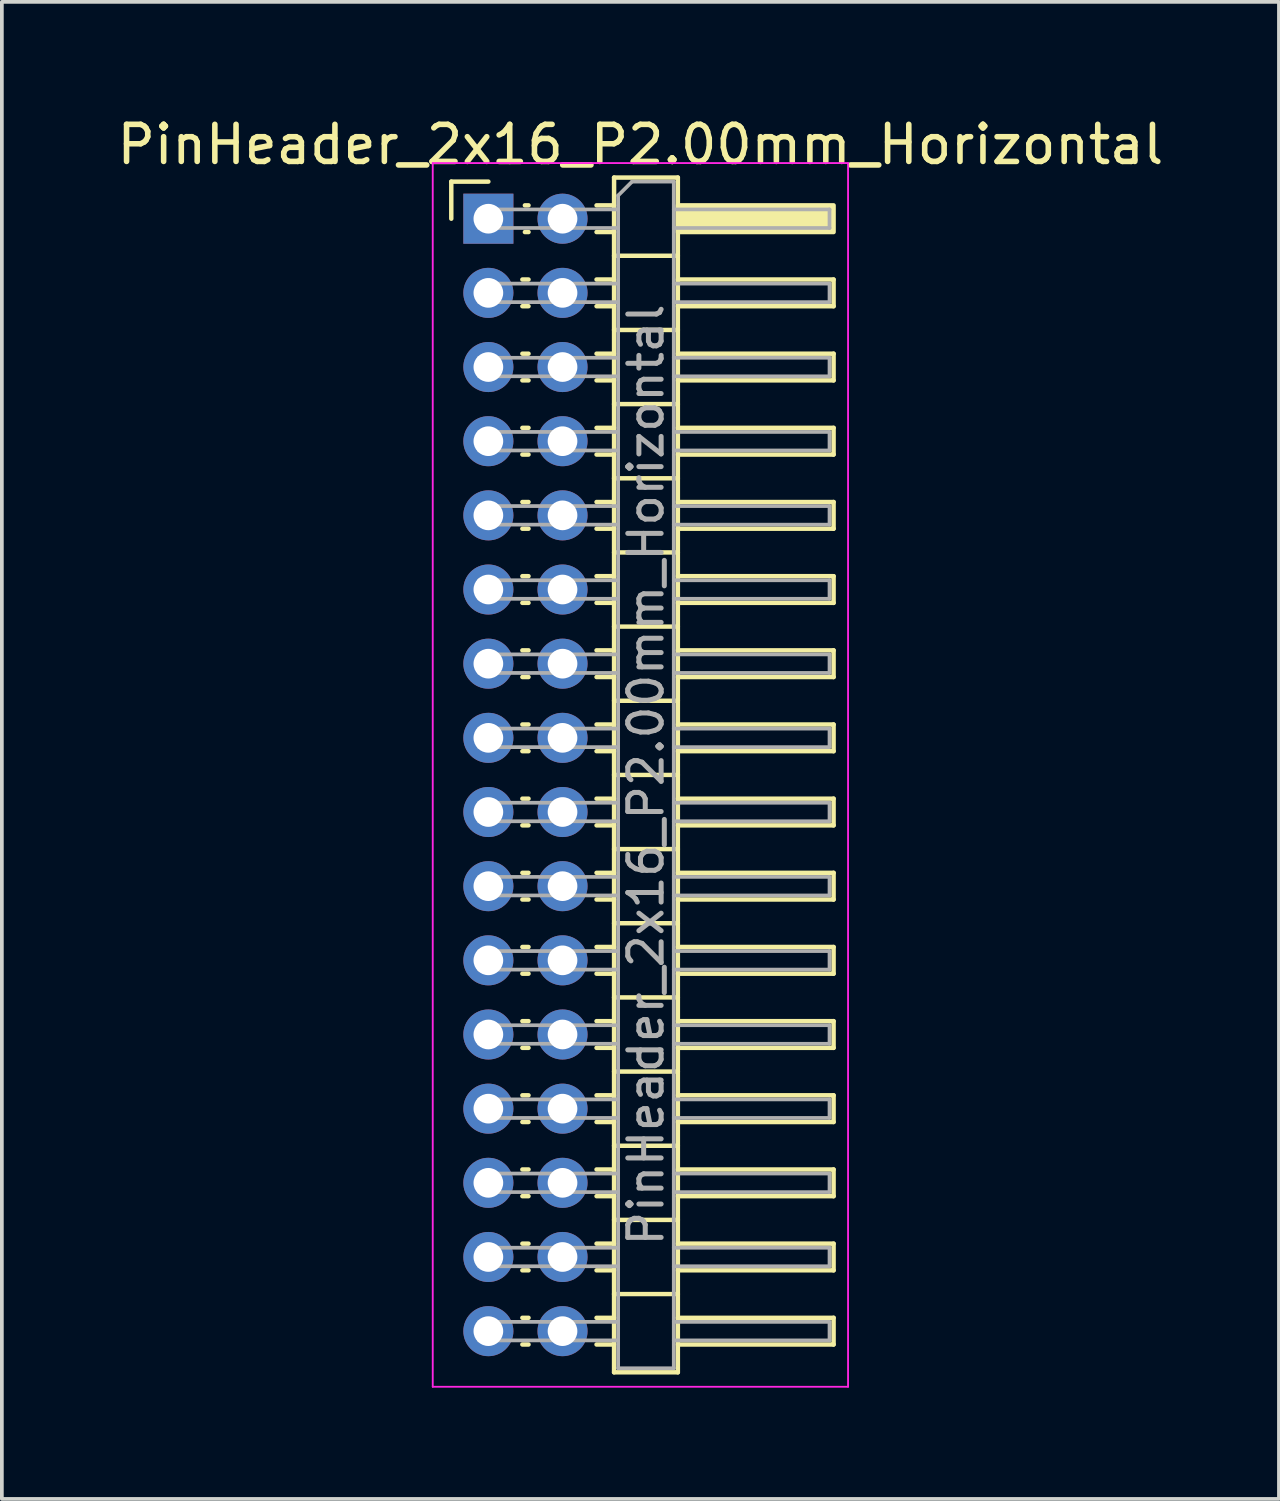
<source format=kicad_pcb>
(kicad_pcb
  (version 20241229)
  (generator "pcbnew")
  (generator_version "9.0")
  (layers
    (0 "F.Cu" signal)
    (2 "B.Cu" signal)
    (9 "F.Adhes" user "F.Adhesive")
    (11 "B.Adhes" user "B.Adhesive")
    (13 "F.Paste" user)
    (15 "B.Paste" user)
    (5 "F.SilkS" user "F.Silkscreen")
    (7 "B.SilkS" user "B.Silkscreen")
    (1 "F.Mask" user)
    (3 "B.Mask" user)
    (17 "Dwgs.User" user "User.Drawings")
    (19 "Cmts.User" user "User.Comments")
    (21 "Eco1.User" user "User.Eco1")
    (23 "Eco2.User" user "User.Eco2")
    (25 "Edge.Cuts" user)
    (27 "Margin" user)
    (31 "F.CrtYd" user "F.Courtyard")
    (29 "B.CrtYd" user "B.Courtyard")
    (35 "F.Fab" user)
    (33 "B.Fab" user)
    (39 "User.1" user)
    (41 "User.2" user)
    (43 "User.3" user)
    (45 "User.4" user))
  (footprint "PinHeader_2x16_P2.00mm_Horizontal"
    (layer "F.Cu")
    (at 10.12 2.848)
    (property "Reference" "PinHeader_2x16_P2.00mm_Horizontal" (at 4.1 -2 0) (layer "F.SilkS") (effects (font (size 1 1) (thickness 0.15))))
    (attr through_hole)
    (fp_line (start -1 -1) (end 0 -1) (stroke (width 0.12) (type solid)) (layer "F.SilkS"))
    (fp_line (start -1 0) (end -1 -1) (stroke (width 0.12) (type solid)) (layer "F.SilkS"))
    (fp_line (start 0.917 1.64) (end 1.083 1.64) (stroke (width 0.12) (type solid)) (layer "F.SilkS"))
    (fp_line (start 0.917 2.36) (end 1.083 2.36) (stroke (width 0.12) (type solid)) (layer "F.SilkS"))
    (fp_line (start 0.917 3.64) (end 1.083 3.64) (stroke (width 0.12) (type solid)) (layer "F.SilkS"))
    (fp_line (start 0.917 4.36) (end 1.083 4.36) (stroke (width 0.12) (type solid)) (layer "F.SilkS"))
    (fp_line (start 0.917 5.64) (end 1.083 5.64) (stroke (width 0.12) (type solid)) (layer "F.SilkS"))
    (fp_line (start 0.917 6.36) (end 1.083 6.36) (stroke (width 0.12) (type solid)) (layer "F.SilkS"))
    (fp_line (start 0.917 7.64) (end 1.083 7.64) (stroke (width 0.12) (type solid)) (layer "F.SilkS"))
    (fp_line (start 0.917 8.36) (end 1.083 8.36) (stroke (width 0.12) (type solid)) (layer "F.SilkS"))
    (fp_line (start 0.917 9.64) (end 1.083 9.64) (stroke (width 0.12) (type solid)) (layer "F.SilkS"))
    (fp_line (start 0.917 10.36) (end 1.083 10.36) (stroke (width 0.12) (type solid)) (layer "F.SilkS"))
    (fp_line (start 0.917 11.64) (end 1.083 11.64) (stroke (width 0.12) (type solid)) (layer "F.SilkS"))
    (fp_line (start 0.917 12.36) (end 1.083 12.36) (stroke (width 0.12) (type solid)) (layer "F.SilkS"))
    (fp_line (start 0.917 13.64) (end 1.083 13.64) (stroke (width 0.12) (type solid)) (layer "F.SilkS"))
    (fp_line (start 0.917 14.36) (end 1.083 14.36) (stroke (width 0.12) (type solid)) (layer "F.SilkS"))
    (fp_line (start 0.917 15.64) (end 1.083 15.64) (stroke (width 0.12) (type solid)) (layer "F.SilkS"))
    (fp_line (start 0.917 16.36) (end 1.083 16.36) (stroke (width 0.12) (type solid)) (layer "F.SilkS"))
    (fp_line (start 0.917 17.64) (end 1.083 17.64) (stroke (width 0.12) (type solid)) (layer "F.SilkS"))
    (fp_line (start 0.917 18.36) (end 1.083 18.36) (stroke (width 0.12) (type solid)) (layer "F.SilkS"))
    (fp_line (start 0.917 19.64) (end 1.083 19.64) (stroke (width 0.12) (type solid)) (layer "F.SilkS"))
    (fp_line (start 0.917 20.36) (end 1.083 20.36) (stroke (width 0.12) (type solid)) (layer "F.SilkS"))
    (fp_line (start 0.917 21.64) (end 1.083 21.64) (stroke (width 0.12) (type solid)) (layer "F.SilkS"))
    (fp_line (start 0.917 22.36) (end 1.083 22.36) (stroke (width 0.12) (type solid)) (layer "F.SilkS"))
    (fp_line (start 0.917 23.64) (end 1.083 23.64) (stroke (width 0.12) (type solid)) (layer "F.SilkS"))
    (fp_line (start 0.917 24.36) (end 1.083 24.36) (stroke (width 0.12) (type solid)) (layer "F.SilkS"))
    (fp_line (start 0.917 25.64) (end 1.083 25.64) (stroke (width 0.12) (type solid)) (layer "F.SilkS"))
    (fp_line (start 0.917 26.36) (end 1.083 26.36) (stroke (width 0.12) (type solid)) (layer "F.SilkS"))
    (fp_line (start 0.917 27.64) (end 1.083 27.64) (stroke (width 0.12) (type solid)) (layer "F.SilkS"))
    (fp_line (start 0.917 28.36) (end 1.083 28.36) (stroke (width 0.12) (type solid)) (layer "F.SilkS"))
    (fp_line (start 0.917 29.64) (end 1.083 29.64) (stroke (width 0.12) (type solid)) (layer "F.SilkS"))
    (fp_line (start 0.917 30.36) (end 1.083 30.36) (stroke (width 0.12) (type solid)) (layer "F.SilkS"))
    (fp_line (start 0.985 -0.36) (end 1.083 -0.36) (stroke (width 0.12) (type solid)) (layer "F.SilkS"))
    (fp_line (start 0.985 0.36) (end 1.083 0.36) (stroke (width 0.12) (type solid)) (layer "F.SilkS"))
    (fp_line (start 2.917 -0.36) (end 3.39 -0.36) (stroke (width 0.12) (type solid)) (layer "F.SilkS"))
    (fp_line (start 2.917 0.36) (end 3.39 0.36) (stroke (width 0.12) (type solid)) (layer "F.SilkS"))
    (fp_line (start 2.917 1.64) (end 3.39 1.64) (stroke (width 0.12) (type solid)) (layer "F.SilkS"))
    (fp_line (start 2.917 2.36) (end 3.39 2.36) (stroke (width 0.12) (type solid)) (layer "F.SilkS"))
    (fp_line (start 2.917 3.64) (end 3.39 3.64) (stroke (width 0.12) (type solid)) (layer "F.SilkS"))
    (fp_line (start 2.917 4.36) (end 3.39 4.36) (stroke (width 0.12) (type solid)) (layer "F.SilkS"))
    (fp_line (start 2.917 5.64) (end 3.39 5.64) (stroke (width 0.12) (type solid)) (layer "F.SilkS"))
    (fp_line (start 2.917 6.36) (end 3.39 6.36) (stroke (width 0.12) (type solid)) (layer "F.SilkS"))
    (fp_line (start 2.917 7.64) (end 3.39 7.64) (stroke (width 0.12) (type solid)) (layer "F.SilkS"))
    (fp_line (start 2.917 8.36) (end 3.39 8.36) (stroke (width 0.12) (type solid)) (layer "F.SilkS"))
    (fp_line (start 2.917 9.64) (end 3.39 9.64) (stroke (width 0.12) (type solid)) (layer "F.SilkS"))
    (fp_line (start 2.917 10.36) (end 3.39 10.36) (stroke (width 0.12) (type solid)) (layer "F.SilkS"))
    (fp_line (start 2.917 11.64) (end 3.39 11.64) (stroke (width 0.12) (type solid)) (layer "F.SilkS"))
    (fp_line (start 2.917 12.36) (end 3.39 12.36) (stroke (width 0.12) (type solid)) (layer "F.SilkS"))
    (fp_line (start 2.917 13.64) (end 3.39 13.64) (stroke (width 0.12) (type solid)) (layer "F.SilkS"))
    (fp_line (start 2.917 14.36) (end 3.39 14.36) (stroke (width 0.12) (type solid)) (layer "F.SilkS"))
    (fp_line (start 2.917 15.64) (end 3.39 15.64) (stroke (width 0.12) (type solid)) (layer "F.SilkS"))
    (fp_line (start 2.917 16.36) (end 3.39 16.36) (stroke (width 0.12) (type solid)) (layer "F.SilkS"))
    (fp_line (start 2.917 17.64) (end 3.39 17.64) (stroke (width 0.12) (type solid)) (layer "F.SilkS"))
    (fp_line (start 2.917 18.36) (end 3.39 18.36) (stroke (width 0.12) (type solid)) (layer "F.SilkS"))
    (fp_line (start 2.917 19.64) (end 3.39 19.64) (stroke (width 0.12) (type solid)) (layer "F.SilkS"))
    (fp_line (start 2.917 20.36) (end 3.39 20.36) (stroke (width 0.12) (type solid)) (layer "F.SilkS"))
    (fp_line (start 2.917 21.64) (end 3.39 21.64) (stroke (width 0.12) (type solid)) (layer "F.SilkS"))
    (fp_line (start 2.917 22.36) (end 3.39 22.36) (stroke (width 0.12) (type solid)) (layer "F.SilkS"))
    (fp_line (start 2.917 23.64) (end 3.39 23.64) (stroke (width 0.12) (type solid)) (layer "F.SilkS"))
    (fp_line (start 2.917 24.36) (end 3.39 24.36) (stroke (width 0.12) (type solid)) (layer "F.SilkS"))
    (fp_line (start 2.917 25.64) (end 3.39 25.64) (stroke (width 0.12) (type solid)) (layer "F.SilkS"))
    (fp_line (start 2.917 26.36) (end 3.39 26.36) (stroke (width 0.12) (type solid)) (layer "F.SilkS"))
    (fp_line (start 2.917 27.64) (end 3.39 27.64) (stroke (width 0.12) (type solid)) (layer "F.SilkS"))
    (fp_line (start 2.917 28.36) (end 3.39 28.36) (stroke (width 0.12) (type solid)) (layer "F.SilkS"))
    (fp_line (start 2.917 29.64) (end 3.39 29.64) (stroke (width 0.12) (type solid)) (layer "F.SilkS"))
    (fp_line (start 2.917 30.36) (end 3.39 30.36) (stroke (width 0.12) (type solid)) (layer "F.SilkS"))
    (fp_line (start 3.39 -1.11) (end 3.39 31.11) (stroke (width 0.12) (type solid)) (layer "F.SilkS"))
    (fp_line (start 3.39 1) (end 5.11 1) (stroke (width 0.12) (type solid)) (layer "F.SilkS"))
    (fp_line (start 3.39 3) (end 5.11 3) (stroke (width 0.12) (type solid)) (layer "F.SilkS"))
    (fp_line (start 3.39 5) (end 5.11 5) (stroke (width 0.12) (type solid)) (layer "F.SilkS"))
    (fp_line (start 3.39 7) (end 5.11 7) (stroke (width 0.12) (type solid)) (layer "F.SilkS"))
    (fp_line (start 3.39 9) (end 5.11 9) (stroke (width 0.12) (type solid)) (layer "F.SilkS"))
    (fp_line (start 3.39 11) (end 5.11 11) (stroke (width 0.12) (type solid)) (layer "F.SilkS"))
    (fp_line (start 3.39 13) (end 5.11 13) (stroke (width 0.12) (type solid)) (layer "F.SilkS"))
    (fp_line (start 3.39 15) (end 5.11 15) (stroke (width 0.12) (type solid)) (layer "F.SilkS"))
    (fp_line (start 3.39 17) (end 5.11 17) (stroke (width 0.12) (type solid)) (layer "F.SilkS"))
    (fp_line (start 3.39 19) (end 5.11 19) (stroke (width 0.12) (type solid)) (layer "F.SilkS"))
    (fp_line (start 3.39 21) (end 5.11 21) (stroke (width 0.12) (type solid)) (layer "F.SilkS"))
    (fp_line (start 3.39 23) (end 5.11 23) (stroke (width 0.12) (type solid)) (layer "F.SilkS"))
    (fp_line (start 3.39 25) (end 5.11 25) (stroke (width 0.12) (type solid)) (layer "F.SilkS"))
    (fp_line (start 3.39 27) (end 5.11 27) (stroke (width 0.12) (type solid)) (layer "F.SilkS"))
    (fp_line (start 3.39 29) (end 5.11 29) (stroke (width 0.12) (type solid)) (layer "F.SilkS"))
    (fp_line (start 3.39 31.11) (end 5.11 31.11) (stroke (width 0.12) (type solid)) (layer "F.SilkS"))
    (fp_line (start 5.11 -1.11) (end 3.39 -1.11) (stroke (width 0.12) (type solid)) (layer "F.SilkS"))
    (fp_line (start 5.11 1.64) (end 9.31 1.64) (stroke (width 0.12) (type solid)) (layer "F.SilkS"))
    (fp_line (start 5.11 3.64) (end 9.31 3.64) (stroke (width 0.12) (type solid)) (layer "F.SilkS"))
    (fp_line (start 5.11 5.64) (end 9.31 5.64) (stroke (width 0.12) (type solid)) (layer "F.SilkS"))
    (fp_line (start 5.11 7.64) (end 9.31 7.64) (stroke (width 0.12) (type solid)) (layer "F.SilkS"))
    (fp_line (start 5.11 9.64) (end 9.31 9.64) (stroke (width 0.12) (type solid)) (layer "F.SilkS"))
    (fp_line (start 5.11 11.64) (end 9.31 11.64) (stroke (width 0.12) (type solid)) (layer "F.SilkS"))
    (fp_line (start 5.11 13.64) (end 9.31 13.64) (stroke (width 0.12) (type solid)) (layer "F.SilkS"))
    (fp_line (start 5.11 15.64) (end 9.31 15.64) (stroke (width 0.12) (type solid)) (layer "F.SilkS"))
    (fp_line (start 5.11 17.64) (end 9.31 17.64) (stroke (width 0.12) (type solid)) (layer "F.SilkS"))
    (fp_line (start 5.11 19.64) (end 9.31 19.64) (stroke (width 0.12) (type solid)) (layer "F.SilkS"))
    (fp_line (start 5.11 21.64) (end 9.31 21.64) (stroke (width 0.12) (type solid)) (layer "F.SilkS"))
    (fp_line (start 5.11 23.64) (end 9.31 23.64) (stroke (width 0.12) (type solid)) (layer "F.SilkS"))
    (fp_line (start 5.11 25.64) (end 9.31 25.64) (stroke (width 0.12) (type solid)) (layer "F.SilkS"))
    (fp_line (start 5.11 27.64) (end 9.31 27.64) (stroke (width 0.12) (type solid)) (layer "F.SilkS"))
    (fp_line (start 5.11 29.64) (end 9.31 29.64) (stroke (width 0.12) (type solid)) (layer "F.SilkS"))
    (fp_line (start 5.11 31.11) (end 5.11 -1.11) (stroke (width 0.12) (type solid)) (layer "F.SilkS"))
    (fp_line (start 9.31 1.64) (end 9.31 2.36) (stroke (width 0.12) (type solid)) (layer "F.SilkS"))
    (fp_line (start 9.31 2.36) (end 5.11 2.36) (stroke (width 0.12) (type solid)) (layer "F.SilkS"))
    (fp_line (start 9.31 3.64) (end 9.31 4.36) (stroke (width 0.12) (type solid)) (layer "F.SilkS"))
    (fp_line (start 9.31 4.36) (end 5.11 4.36) (stroke (width 0.12) (type solid)) (layer "F.SilkS"))
    (fp_line (start 9.31 5.64) (end 9.31 6.36) (stroke (width 0.12) (type solid)) (layer "F.SilkS"))
    (fp_line (start 9.31 6.36) (end 5.11 6.36) (stroke (width 0.12) (type solid)) (layer "F.SilkS"))
    (fp_line (start 9.31 7.64) (end 9.31 8.36) (stroke (width 0.12) (type solid)) (layer "F.SilkS"))
    (fp_line (start 9.31 8.36) (end 5.11 8.36) (stroke (width 0.12) (type solid)) (layer "F.SilkS"))
    (fp_line (start 9.31 9.64) (end 9.31 10.36) (stroke (width 0.12) (type solid)) (layer "F.SilkS"))
    (fp_line (start 9.31 10.36) (end 5.11 10.36) (stroke (width 0.12) (type solid)) (layer "F.SilkS"))
    (fp_line (start 9.31 11.64) (end 9.31 12.36) (stroke (width 0.12) (type solid)) (layer "F.SilkS"))
    (fp_line (start 9.31 12.36) (end 5.11 12.36) (stroke (width 0.12) (type solid)) (layer "F.SilkS"))
    (fp_line (start 9.31 13.64) (end 9.31 14.36) (stroke (width 0.12) (type solid)) (layer "F.SilkS"))
    (fp_line (start 9.31 14.36) (end 5.11 14.36) (stroke (width 0.12) (type solid)) (layer "F.SilkS"))
    (fp_line (start 9.31 15.64) (end 9.31 16.36) (stroke (width 0.12) (type solid)) (layer "F.SilkS"))
    (fp_line (start 9.31 16.36) (end 5.11 16.36) (stroke (width 0.12) (type solid)) (layer "F.SilkS"))
    (fp_line (start 9.31 17.64) (end 9.31 18.36) (stroke (width 0.12) (type solid)) (layer "F.SilkS"))
    (fp_line (start 9.31 18.36) (end 5.11 18.36) (stroke (width 0.12) (type solid)) (layer "F.SilkS"))
    (fp_line (start 9.31 19.64) (end 9.31 20.36) (stroke (width 0.12) (type solid)) (layer "F.SilkS"))
    (fp_line (start 9.31 20.36) (end 5.11 20.36) (stroke (width 0.12) (type solid)) (layer "F.SilkS"))
    (fp_line (start 9.31 21.64) (end 9.31 22.36) (stroke (width 0.12) (type solid)) (layer "F.SilkS"))
    (fp_line (start 9.31 22.36) (end 5.11 22.36) (stroke (width 0.12) (type solid)) (layer "F.SilkS"))
    (fp_line (start 9.31 23.64) (end 9.31 24.36) (stroke (width 0.12) (type solid)) (layer "F.SilkS"))
    (fp_line (start 9.31 24.36) (end 5.11 24.36) (stroke (width 0.12) (type solid)) (layer "F.SilkS"))
    (fp_line (start 9.31 25.64) (end 9.31 26.36) (stroke (width 0.12) (type solid)) (layer "F.SilkS"))
    (fp_line (start 9.31 26.36) (end 5.11 26.36) (stroke (width 0.12) (type solid)) (layer "F.SilkS"))
    (fp_line (start 9.31 27.64) (end 9.31 28.36) (stroke (width 0.12) (type solid)) (layer "F.SilkS"))
    (fp_line (start 9.31 28.36) (end 5.11 28.36) (stroke (width 0.12) (type solid)) (layer "F.SilkS"))
    (fp_line (start 9.31 29.64) (end 9.31 30.36) (stroke (width 0.12) (type solid)) (layer "F.SilkS"))
    (fp_line (start 9.31 30.36) (end 5.11 30.36) (stroke (width 0.12) (type solid)) (layer "F.SilkS"))
    (fp_rect (start 5.11 -0.36) (end 9.31 0.36) (stroke (width 0.12) (type solid)) (fill yes) (layer "F.SilkS"))
    (fp_line (start -1.5 -1.5) (end -1.5 31.5) (stroke (width 0.05) (type solid)) (layer "F.CrtYd"))
    (fp_line (start -1.5 31.5) (end 9.7 31.5) (stroke (width 0.05) (type solid)) (layer "F.CrtYd"))
    (fp_line (start 9.7 -1.5) (end -1.5 -1.5) (stroke (width 0.05) (type solid)) (layer "F.CrtYd"))
    (fp_line (start 9.7 31.5) (end 9.7 -1.5) (stroke (width 0.05) (type solid)) (layer "F.CrtYd"))
    (fp_line (start -0.25 -0.25) (end -0.25 0.25) (stroke (width 0.1) (type solid)) (layer "F.Fab"))
    (fp_line (start -0.25 -0.25) (end 3.5 -0.25) (stroke (width 0.1) (type solid)) (layer "F.Fab"))
    (fp_line (start -0.25 0.25) (end 3.5 0.25) (stroke (width 0.1) (type solid)) (layer "F.Fab"))
    (fp_line (start -0.25 1.75) (end -0.25 2.25) (stroke (width 0.1) (type solid)) (layer "F.Fab"))
    (fp_line (start -0.25 1.75) (end 3.5 1.75) (stroke (width 0.1) (type solid)) (layer "F.Fab"))
    (fp_line (start -0.25 2.25) (end 3.5 2.25) (stroke (width 0.1) (type solid)) (layer "F.Fab"))
    (fp_line (start -0.25 3.75) (end -0.25 4.25) (stroke (width 0.1) (type solid)) (layer "F.Fab"))
    (fp_line (start -0.25 3.75) (end 3.5 3.75) (stroke (width 0.1) (type solid)) (layer "F.Fab"))
    (fp_line (start -0.25 4.25) (end 3.5 4.25) (stroke (width 0.1) (type solid)) (layer "F.Fab"))
    (fp_line (start -0.25 5.75) (end -0.25 6.25) (stroke (width 0.1) (type solid)) (layer "F.Fab"))
    (fp_line (start -0.25 5.75) (end 3.5 5.75) (stroke (width 0.1) (type solid)) (layer "F.Fab"))
    (fp_line (start -0.25 6.25) (end 3.5 6.25) (stroke (width 0.1) (type solid)) (layer "F.Fab"))
    (fp_line (start -0.25 7.75) (end -0.25 8.25) (stroke (width 0.1) (type solid)) (layer "F.Fab"))
    (fp_line (start -0.25 7.75) (end 3.5 7.75) (stroke (width 0.1) (type solid)) (layer "F.Fab"))
    (fp_line (start -0.25 8.25) (end 3.5 8.25) (stroke (width 0.1) (type solid)) (layer "F.Fab"))
    (fp_line (start -0.25 9.75) (end -0.25 10.25) (stroke (width 0.1) (type solid)) (layer "F.Fab"))
    (fp_line (start -0.25 9.75) (end 3.5 9.75) (stroke (width 0.1) (type solid)) (layer "F.Fab"))
    (fp_line (start -0.25 10.25) (end 3.5 10.25) (stroke (width 0.1) (type solid)) (layer "F.Fab"))
    (fp_line (start -0.25 11.75) (end -0.25 12.25) (stroke (width 0.1) (type solid)) (layer "F.Fab"))
    (fp_line (start -0.25 11.75) (end 3.5 11.75) (stroke (width 0.1) (type solid)) (layer "F.Fab"))
    (fp_line (start -0.25 12.25) (end 3.5 12.25) (stroke (width 0.1) (type solid)) (layer "F.Fab"))
    (fp_line (start -0.25 13.75) (end -0.25 14.25) (stroke (width 0.1) (type solid)) (layer "F.Fab"))
    (fp_line (start -0.25 13.75) (end 3.5 13.75) (stroke (width 0.1) (type solid)) (layer "F.Fab"))
    (fp_line (start -0.25 14.25) (end 3.5 14.25) (stroke (width 0.1) (type solid)) (layer "F.Fab"))
    (fp_line (start -0.25 15.75) (end -0.25 16.25) (stroke (width 0.1) (type solid)) (layer "F.Fab"))
    (fp_line (start -0.25 15.75) (end 3.5 15.75) (stroke (width 0.1) (type solid)) (layer "F.Fab"))
    (fp_line (start -0.25 16.25) (end 3.5 16.25) (stroke (width 0.1) (type solid)) (layer "F.Fab"))
    (fp_line (start -0.25 17.75) (end -0.25 18.25) (stroke (width 0.1) (type solid)) (layer "F.Fab"))
    (fp_line (start -0.25 17.75) (end 3.5 17.75) (stroke (width 0.1) (type solid)) (layer "F.Fab"))
    (fp_line (start -0.25 18.25) (end 3.5 18.25) (stroke (width 0.1) (type solid)) (layer "F.Fab"))
    (fp_line (start -0.25 19.75) (end -0.25 20.25) (stroke (width 0.1) (type solid)) (layer "F.Fab"))
    (fp_line (start -0.25 19.75) (end 3.5 19.75) (stroke (width 0.1) (type solid)) (layer "F.Fab"))
    (fp_line (start -0.25 20.25) (end 3.5 20.25) (stroke (width 0.1) (type solid)) (layer "F.Fab"))
    (fp_line (start -0.25 21.75) (end -0.25 22.25) (stroke (width 0.1) (type solid)) (layer "F.Fab"))
    (fp_line (start -0.25 21.75) (end 3.5 21.75) (stroke (width 0.1) (type solid)) (layer "F.Fab"))
    (fp_line (start -0.25 22.25) (end 3.5 22.25) (stroke (width 0.1) (type solid)) (layer "F.Fab"))
    (fp_line (start -0.25 23.75) (end -0.25 24.25) (stroke (width 0.1) (type solid)) (layer "F.Fab"))
    (fp_line (start -0.25 23.75) (end 3.5 23.75) (stroke (width 0.1) (type solid)) (layer "F.Fab"))
    (fp_line (start -0.25 24.25) (end 3.5 24.25) (stroke (width 0.1) (type solid)) (layer "F.Fab"))
    (fp_line (start -0.25 25.75) (end -0.25 26.25) (stroke (width 0.1) (type solid)) (layer "F.Fab"))
    (fp_line (start -0.25 25.75) (end 3.5 25.75) (stroke (width 0.1) (type solid)) (layer "F.Fab"))
    (fp_line (start -0.25 26.25) (end 3.5 26.25) (stroke (width 0.1) (type solid)) (layer "F.Fab"))
    (fp_line (start -0.25 27.75) (end -0.25 28.25) (stroke (width 0.1) (type solid)) (layer "F.Fab"))
    (fp_line (start -0.25 27.75) (end 3.5 27.75) (stroke (width 0.1) (type solid)) (layer "F.Fab"))
    (fp_line (start -0.25 28.25) (end 3.5 28.25) (stroke (width 0.1) (type solid)) (layer "F.Fab"))
    (fp_line (start -0.25 29.75) (end -0.25 30.25) (stroke (width 0.1) (type solid)) (layer "F.Fab"))
    (fp_line (start -0.25 29.75) (end 3.5 29.75) (stroke (width 0.1) (type solid)) (layer "F.Fab"))
    (fp_line (start -0.25 30.25) (end 3.5 30.25) (stroke (width 0.1) (type solid)) (layer "F.Fab"))
    (fp_line (start 3.5 -0.625) (end 3.875 -1) (stroke (width 0.1) (type solid)) (layer "F.Fab"))
    (fp_line (start 3.5 31) (end 3.5 -0.625) (stroke (width 0.1) (type solid)) (layer "F.Fab"))
    (fp_line (start 3.875 -1) (end 5 -1) (stroke (width 0.1) (type solid)) (layer "F.Fab"))
    (fp_line (start 5 -1) (end 5 31) (stroke (width 0.1) (type solid)) (layer "F.Fab"))
    (fp_line (start 5 -0.25) (end 9.2 -0.25) (stroke (width 0.1) (type solid)) (layer "F.Fab"))
    (fp_line (start 5 0.25) (end 9.2 0.25) (stroke (width 0.1) (type solid)) (layer "F.Fab"))
    (fp_line (start 5 1.75) (end 9.2 1.75) (stroke (width 0.1) (type solid)) (layer "F.Fab"))
    (fp_line (start 5 2.25) (end 9.2 2.25) (stroke (width 0.1) (type solid)) (layer "F.Fab"))
    (fp_line (start 5 3.75) (end 9.2 3.75) (stroke (width 0.1) (type solid)) (layer "F.Fab"))
    (fp_line (start 5 4.25) (end 9.2 4.25) (stroke (width 0.1) (type solid)) (layer "F.Fab"))
    (fp_line (start 5 5.75) (end 9.2 5.75) (stroke (width 0.1) (type solid)) (layer "F.Fab"))
    (fp_line (start 5 6.25) (end 9.2 6.25) (stroke (width 0.1) (type solid)) (layer "F.Fab"))
    (fp_line (start 5 7.75) (end 9.2 7.75) (stroke (width 0.1) (type solid)) (layer "F.Fab"))
    (fp_line (start 5 8.25) (end 9.2 8.25) (stroke (width 0.1) (type solid)) (layer "F.Fab"))
    (fp_line (start 5 9.75) (end 9.2 9.75) (stroke (width 0.1) (type solid)) (layer "F.Fab"))
    (fp_line (start 5 10.25) (end 9.2 10.25) (stroke (width 0.1) (type solid)) (layer "F.Fab"))
    (fp_line (start 5 11.75) (end 9.2 11.75) (stroke (width 0.1) (type solid)) (layer "F.Fab"))
    (fp_line (start 5 12.25) (end 9.2 12.25) (stroke (width 0.1) (type solid)) (layer "F.Fab"))
    (fp_line (start 5 13.75) (end 9.2 13.75) (stroke (width 0.1) (type solid)) (layer "F.Fab"))
    (fp_line (start 5 14.25) (end 9.2 14.25) (stroke (width 0.1) (type solid)) (layer "F.Fab"))
    (fp_line (start 5 15.75) (end 9.2 15.75) (stroke (width 0.1) (type solid)) (layer "F.Fab"))
    (fp_line (start 5 16.25) (end 9.2 16.25) (stroke (width 0.1) (type solid)) (layer "F.Fab"))
    (fp_line (start 5 17.75) (end 9.2 17.75) (stroke (width 0.1) (type solid)) (layer "F.Fab"))
    (fp_line (start 5 18.25) (end 9.2 18.25) (stroke (width 0.1) (type solid)) (layer "F.Fab"))
    (fp_line (start 5 19.75) (end 9.2 19.75) (stroke (width 0.1) (type solid)) (layer "F.Fab"))
    (fp_line (start 5 20.25) (end 9.2 20.25) (stroke (width 0.1) (type solid)) (layer "F.Fab"))
    (fp_line (start 5 21.75) (end 9.2 21.75) (stroke (width 0.1) (type solid)) (layer "F.Fab"))
    (fp_line (start 5 22.25) (end 9.2 22.25) (stroke (width 0.1) (type solid)) (layer "F.Fab"))
    (fp_line (start 5 23.75) (end 9.2 23.75) (stroke (width 0.1) (type solid)) (layer "F.Fab"))
    (fp_line (start 5 24.25) (end 9.2 24.25) (stroke (width 0.1) (type solid)) (layer "F.Fab"))
    (fp_line (start 5 25.75) (end 9.2 25.75) (stroke (width 0.1) (type solid)) (layer "F.Fab"))
    (fp_line (start 5 26.25) (end 9.2 26.25) (stroke (width 0.1) (type solid)) (layer "F.Fab"))
    (fp_line (start 5 27.75) (end 9.2 27.75) (stroke (width 0.1) (type solid)) (layer "F.Fab"))
    (fp_line (start 5 28.25) (end 9.2 28.25) (stroke (width 0.1) (type solid)) (layer "F.Fab"))
    (fp_line (start 5 29.75) (end 9.2 29.75) (stroke (width 0.1) (type solid)) (layer "F.Fab"))
    (fp_line (start 5 30.25) (end 9.2 30.25) (stroke (width 0.1) (type solid)) (layer "F.Fab"))
    (fp_line (start 5 31) (end 3.5 31) (stroke (width 0.1) (type solid)) (layer "F.Fab"))
    (fp_line (start 9.2 -0.25) (end 9.2 0.25) (stroke (width 0.1) (type solid)) (layer "F.Fab"))
    (fp_line (start 9.2 1.75) (end 9.2 2.25) (stroke (width 0.1) (type solid)) (layer "F.Fab"))
    (fp_line (start 9.2 3.75) (end 9.2 4.25) (stroke (width 0.1) (type solid)) (layer "F.Fab"))
    (fp_line (start 9.2 5.75) (end 9.2 6.25) (stroke (width 0.1) (type solid)) (layer "F.Fab"))
    (fp_line (start 9.2 7.75) (end 9.2 8.25) (stroke (width 0.1) (type solid)) (layer "F.Fab"))
    (fp_line (start 9.2 9.75) (end 9.2 10.25) (stroke (width 0.1) (type solid)) (layer "F.Fab"))
    (fp_line (start 9.2 11.75) (end 9.2 12.25) (stroke (width 0.1) (type solid)) (layer "F.Fab"))
    (fp_line (start 9.2 13.75) (end 9.2 14.25) (stroke (width 0.1) (type solid)) (layer "F.Fab"))
    (fp_line (start 9.2 15.75) (end 9.2 16.25) (stroke (width 0.1) (type solid)) (layer "F.Fab"))
    (fp_line (start 9.2 17.75) (end 9.2 18.25) (stroke (width 0.1) (type solid)) (layer "F.Fab"))
    (fp_line (start 9.2 19.75) (end 9.2 20.25) (stroke (width 0.1) (type solid)) (layer "F.Fab"))
    (fp_line (start 9.2 21.75) (end 9.2 22.25) (stroke (width 0.1) (type solid)) (layer "F.Fab"))
    (fp_line (start 9.2 23.75) (end 9.2 24.25) (stroke (width 0.1) (type solid)) (layer "F.Fab"))
    (fp_line (start 9.2 25.75) (end 9.2 26.25) (stroke (width 0.1) (type solid)) (layer "F.Fab"))
    (fp_line (start 9.2 27.75) (end 9.2 28.25) (stroke (width 0.1) (type solid)) (layer "F.Fab"))
    (fp_line (start 9.2 29.75) (end 9.2 30.25) (stroke (width 0.1) (type solid)) (layer "F.Fab"))
    (fp_text user "${REFERENCE}" (at 4.25 15 90) (layer "F.Fab") (effects (font (size 0.9 0.9) (thickness 0.135))))
    (pad "1" thru_hole rect (at 0 0) (size 1.35 1.35) (drill 0.8) (layers "*.Cu" "*.Mask"))
    (pad "2" thru_hole circle (at 2 0) (size 1.35 1.35) (drill 0.8) (layers "*.Cu" "*.Mask"))
    (pad "3" thru_hole circle (at 0 2) (size 1.35 1.35) (drill 0.8) (layers "*.Cu" "*.Mask"))
    (pad "4" thru_hole circle (at 2 2) (size 1.35 1.35) (drill 0.8) (layers "*.Cu" "*.Mask"))
    (pad "5" thru_hole circle (at 0 4) (size 1.35 1.35) (drill 0.8) (layers "*.Cu" "*.Mask"))
    (pad "6" thru_hole circle (at 2 4) (size 1.35 1.35) (drill 0.8) (layers "*.Cu" "*.Mask"))
    (pad "7" thru_hole circle (at 0 6) (size 1.35 1.35) (drill 0.8) (layers "*.Cu" "*.Mask"))
    (pad "8" thru_hole circle (at 2 6) (size 1.35 1.35) (drill 0.8) (layers "*.Cu" "*.Mask"))
    (pad "9" thru_hole circle (at 0 8) (size 1.35 1.35) (drill 0.8) (layers "*.Cu" "*.Mask"))
    (pad "10" thru_hole circle (at 2 8) (size 1.35 1.35) (drill 0.8) (layers "*.Cu" "*.Mask"))
    (pad "11" thru_hole circle (at 0 10) (size 1.35 1.35) (drill 0.8) (layers "*.Cu" "*.Mask"))
    (pad "12" thru_hole circle (at 2 10) (size 1.35 1.35) (drill 0.8) (layers "*.Cu" "*.Mask"))
    (pad "13" thru_hole circle (at 0 12) (size 1.35 1.35) (drill 0.8) (layers "*.Cu" "*.Mask"))
    (pad "14" thru_hole circle (at 2 12) (size 1.35 1.35) (drill 0.8) (layers "*.Cu" "*.Mask"))
    (pad "15" thru_hole circle (at 0 14) (size 1.35 1.35) (drill 0.8) (layers "*.Cu" "*.Mask"))
    (pad "16" thru_hole circle (at 2 14) (size 1.35 1.35) (drill 0.8) (layers "*.Cu" "*.Mask"))
    (pad "17" thru_hole circle (at 0 16) (size 1.35 1.35) (drill 0.8) (layers "*.Cu" "*.Mask"))
    (pad "18" thru_hole circle (at 2 16) (size 1.35 1.35) (drill 0.8) (layers "*.Cu" "*.Mask"))
    (pad "19" thru_hole circle (at 0 18) (size 1.35 1.35) (drill 0.8) (layers "*.Cu" "*.Mask"))
    (pad "20" thru_hole circle (at 2 18) (size 1.35 1.35) (drill 0.8) (layers "*.Cu" "*.Mask"))
    (pad "21" thru_hole circle (at 0 20) (size 1.35 1.35) (drill 0.8) (layers "*.Cu" "*.Mask"))
    (pad "22" thru_hole circle (at 2 20) (size 1.35 1.35) (drill 0.8) (layers "*.Cu" "*.Mask"))
    (pad "23" thru_hole circle (at 0 22) (size 1.35 1.35) (drill 0.8) (layers "*.Cu" "*.Mask"))
    (pad "24" thru_hole circle (at 2 22) (size 1.35 1.35) (drill 0.8) (layers "*.Cu" "*.Mask"))
    (pad "25" thru_hole circle (at 0 24) (size 1.35 1.35) (drill 0.8) (layers "*.Cu" "*.Mask"))
    (pad "26" thru_hole circle (at 2 24) (size 1.35 1.35) (drill 0.8) (layers "*.Cu" "*.Mask"))
    (pad "27" thru_hole circle (at 0 26) (size 1.35 1.35) (drill 0.8) (layers "*.Cu" "*.Mask"))
    (pad "28" thru_hole circle (at 2 26) (size 1.35 1.35) (drill 0.8) (layers "*.Cu" "*.Mask"))
    (pad "29" thru_hole circle (at 0 28) (size 1.35 1.35) (drill 0.8) (layers "*.Cu" "*.Mask"))
    (pad "30" thru_hole circle (at 2 28) (size 1.35 1.35) (drill 0.8) (layers "*.Cu" "*.Mask"))
    (pad "31" thru_hole circle (at 0 30) (size 1.35 1.35) (drill 0.8) (layers "*.Cu" "*.Mask"))
    (pad "32" thru_hole circle (at 2 30) (size 1.35 1.35) (drill 0.8) (layers "*.Cu" "*.Mask")))
  (gr_rect
    (start -3 -3)
    (end 31.44 37.373)
    (stroke (width 0.1) (type default))
    (fill no)
    (layer "Edge.Cuts")))
</source>
